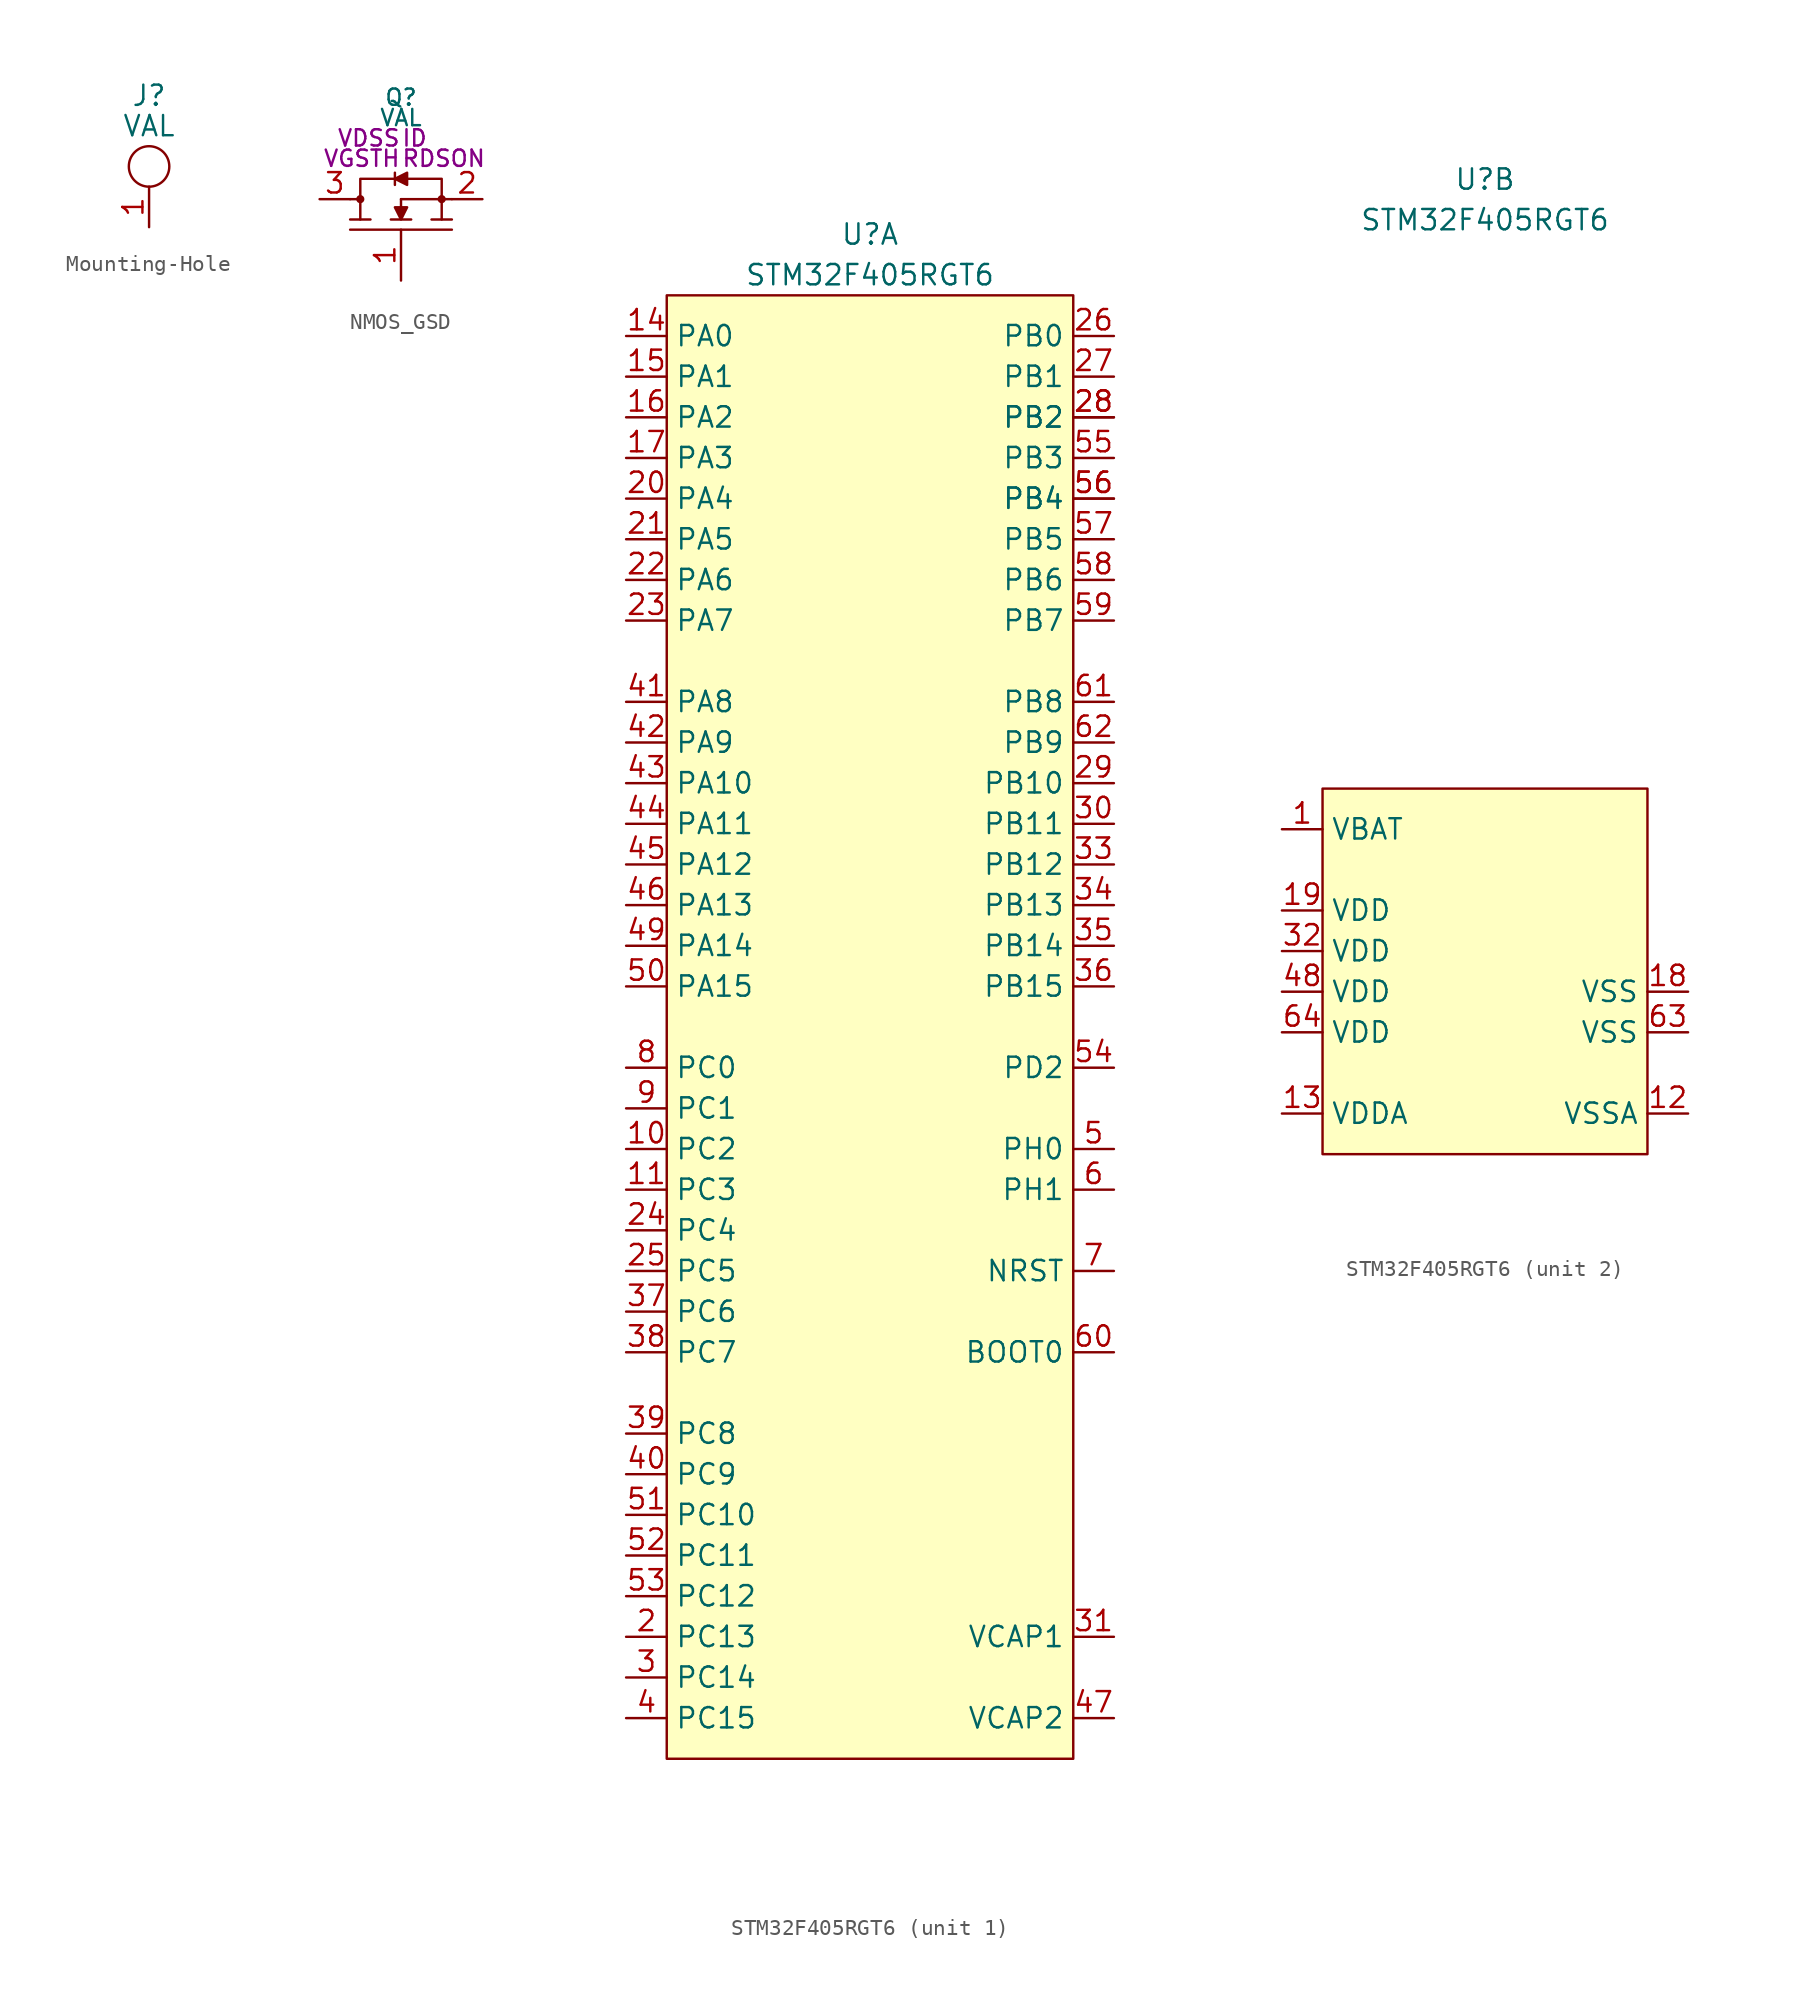
<source format=kicad_sym>
(kicad_symbol_lib
  (version 20241209)
  (generator "kicad_symbol_editor")
  (generator_version "9.0")
  (symbol "Mounting-Hole"
    (property "Reference" "J"
      (at 0 4.445 0)
      (effects (font (size 1.27 1.27))))
    (property "Value" "VAL"
      (at 0 2.54 0)
      (effects (font (size 1.27 1.27))))
    (symbol "Mounting-Hole_0_1"
      (circle (center 0 0) (radius 1.27) (stroke (width 0) (type default)) (fill (type none))))
    (symbol "Mounting-Hole_1_1"
      (pin passive line (at 0 -3.81 90) (length 2.54) (name "" (effects (font (size 1.27 1.27)))) (number "1" (effects (font (size 1.27 1.27)))))))
  (symbol "NMOS_GSD"
    (pin_names
      (hide yes))
    (property "Reference" "Q"
      (at 0 6.35 0)
      (do_not_autoplace)
      (effects (font (size 1.016 1.016))))
    (property "Value" "VAL"
      (at 0 5.08 0)
      (do_not_autoplace)
      (effects (font (size 1.016 1.016))))
    (property "VDSS" "VDSS"
      (at 0 3.81 0)
      (do_not_autoplace)
      (effects (font (size 1.016 1.016)) (justify right)))
    (property "VGSTH" "VGSTH"
      (at 0 2.54 0)
      (do_not_autoplace)
      (effects (font (size 1.016 1.016)) (justify right)))
    (property "ID" "ID"
      (at 0 3.81 0)
      (do_not_autoplace)
      (effects (font (size 1.016 1.016)) (justify left)))
    (property "RDSON" "RDSON"
      (at 0 2.54 0)
      (do_not_autoplace)
      (effects (font (size 1.016 1.016)) (justify left)))
    (symbol "NMOS_GSD_0_1"
      (polyline (pts (xy -3.175 -1.27) (xy -1.905 -1.27)) (stroke (width 0) (type default)) (fill (type none)))
      (polyline (pts (xy -2.54 -1.27) (xy -2.54 0) (xy -3.175 0)) (stroke (width 0) (type default)) (fill (type none)))
      (polyline (pts (xy -0.635 -1.27) (xy 0.635 -1.27)) (stroke (width 0) (type default)) (fill (type none)))
      (polyline (pts (xy 0 0) (xy 0 -0.508)) (stroke (width 0) (type default)) (fill (type none)))
      (polyline (pts (xy 1.905 -1.27) (xy 3.175 -1.27)) (stroke (width 0) (type default)) (fill (type none)))
      (polyline (pts (xy 2.54 -1.27) (xy 2.54 0) (xy 3.175 0)) (stroke (width 0) (type default)) (fill (type none))))
    (symbol "NMOS_GSD_1_0"
      (pin passive line (at -5.08 0 0) (length 1.905) (name "" (effects (font (size 1.27 1.27)))) (number "3" (effects (font (size 1.27 1.27)))))
      (pin passive line (at 0 -5.08 90) (length 3.175) (name "" (effects (font (size 1.27 1.27)))) (number "1" (effects (font (size 1.27 1.27)))))
      (pin passive line (at 5.08 0 180) (length 1.905) (name "" (effects (font (size 1.27 1.27)))) (number "2" (effects (font (size 1.27 1.27))))))
    (symbol "NMOS_GSD_1_1"
      (polyline (pts (xy -3.175 -1.905) (xy 3.175 -1.905)) (stroke (width 0) (type default)) (fill (type none)))
      (circle (center -2.54 0) (radius 0.18) (stroke (width 0) (type default)) (fill (type outline)))
      (polyline (pts (xy -2.54 0) (xy -2.54 1.27) (xy -0.381 1.27)) (stroke (width 0) (type default)) (fill (type none)))
      (polyline (pts (xy -0.381 1.651) (xy -0.381 0.889)) (stroke (width 0) (type default)) (fill (type none)))
      (polyline (pts (xy -0.381 1.27) (xy 0.381 0.889) (xy 0.381 1.651) (xy -0.381 1.27)) (stroke (width 0) (type default)) (fill (type outline)))
      (polyline (pts (xy 0 0) (xy 2.54 0)) (stroke (width 0) (type default)) (fill (type none)))
      (polyline (pts (xy 0 -1.27) (xy 0.381 -0.508) (xy -0.381 -0.508) (xy 0 -1.27)) (stroke (width 0) (type default)) (fill (type outline)))
      (polyline (pts (xy 0.381 1.27) (xy 2.54 1.27) (xy 2.54 0)) (stroke (width 0) (type default)) (fill (type none)))
      (circle (center 2.54 0) (radius 0.18) (stroke (width 0) (type default)) (fill (type outline)))))
  (symbol "STM32F405RGT6"
    (property "Reference" "U"
      (at 0 49.53 0)
      (do_not_autoplace)
      (effects (font (size 1.27 1.27))))
    (property "Value" "STM32F405RGT6"
      (at 0 46.99 0)
      (do_not_autoplace)
      (effects (font (size 1.27 1.27))))
    (property "ki_locked" ""
      (at 0 0 0)
      (effects (font (size 1.27 1.27))))
    (symbol "STM32F405RGT6_1_0"
      (pin bidirectional line (at -15.24 43.18 0) (length 2.54) (name "PA0" (effects (font (size 1.27 1.27)))) (number "14" (effects (font (size 1.27 1.27)))) (alternate "WKUP" input line))
      (pin bidirectional line (at -15.24 40.64 0) (length 2.54) (name "PA1" (effects (font (size 1.27 1.27)))) (number "15" (effects (font (size 1.27 1.27)))))
      (pin bidirectional line (at -15.24 38.1 0) (length 2.54) (name "PA2" (effects (font (size 1.27 1.27)))) (number "16" (effects (font (size 1.27 1.27)))))
      (pin bidirectional line (at -15.24 35.56 0) (length 2.54) (name "PA3" (effects (font (size 1.27 1.27)))) (number "17" (effects (font (size 1.27 1.27)))))
      (pin bidirectional line (at -15.24 33.02 0) (length 2.54) (name "PA4" (effects (font (size 1.27 1.27)))) (number "20" (effects (font (size 1.27 1.27)))))
      (pin bidirectional line (at -15.24 30.48 0) (length 2.54) (name "PA5" (effects (font (size 1.27 1.27)))) (number "21" (effects (font (size 1.27 1.27)))))
      (pin bidirectional line (at -15.24 27.94 0) (length 2.54) (name "PA6" (effects (font (size 1.27 1.27)))) (number "22" (effects (font (size 1.27 1.27)))))
      (pin bidirectional line (at -15.24 25.4 0) (length 2.54) (name "PA7" (effects (font (size 1.27 1.27)))) (number "23" (effects (font (size 1.27 1.27)))))
      (pin bidirectional line (at -15.24 20.32 0) (length 2.54) (name "PA8" (effects (font (size 1.27 1.27)))) (number "41" (effects (font (size 1.27 1.27)))))
      (pin bidirectional line (at -15.24 17.78 0) (length 2.54) (name "PA9" (effects (font (size 1.27 1.27)))) (number "42" (effects (font (size 1.27 1.27)))))
      (pin bidirectional line (at -15.24 15.24 0) (length 2.54) (name "PA10" (effects (font (size 1.27 1.27)))) (number "43" (effects (font (size 1.27 1.27)))))
      (pin bidirectional line (at -15.24 12.7 0) (length 2.54) (name "PA11" (effects (font (size 1.27 1.27)))) (number "44" (effects (font (size 1.27 1.27)))))
      (pin bidirectional line (at -15.24 10.16 0) (length 2.54) (name "PA12" (effects (font (size 1.27 1.27)))) (number "45" (effects (font (size 1.27 1.27)))))
      (pin bidirectional line (at -15.24 7.62 0) (length 2.54) (name "PA13" (effects (font (size 1.27 1.27)))) (number "46" (effects (font (size 1.27 1.27)))) (alternate "JTMS-SWDIO" bidirectional line))
      (pin bidirectional line (at -15.24 5.08 0) (length 2.54) (name "PA14" (effects (font (size 1.27 1.27)))) (number "49" (effects (font (size 1.27 1.27)))) (alternate "JTCK" input clock) (alternate "SWCLK" input clock))
      (pin bidirectional line (at -15.24 2.54 0) (length 2.54) (name "PA15" (effects (font (size 1.27 1.27)))) (number "50" (effects (font (size 1.27 1.27)))) (alternate "JTDI" input line))
      (pin bidirectional line (at -15.24 -2.54 0) (length 2.54) (name "PC0" (effects (font (size 1.27 1.27)))) (number "8" (effects (font (size 1.27 1.27)))))
      (pin bidirectional line (at -15.24 -5.08 0) (length 2.54) (name "PC1" (effects (font (size 1.27 1.27)))) (number "9" (effects (font (size 1.27 1.27)))))
      (pin bidirectional line (at -15.24 -7.62 0) (length 2.54) (name "PC2" (effects (font (size 1.27 1.27)))) (number "10" (effects (font (size 1.27 1.27)))))
      (pin bidirectional line (at -15.24 -10.16 0) (length 2.54) (name "PC3" (effects (font (size 1.27 1.27)))) (number "11" (effects (font (size 1.27 1.27)))))
      (pin bidirectional line (at -15.24 -12.7 0) (length 2.54) (name "PC4" (effects (font (size 1.27 1.27)))) (number "24" (effects (font (size 1.27 1.27)))))
      (pin bidirectional line (at -15.24 -15.24 0) (length 2.54) (name "PC5" (effects (font (size 1.27 1.27)))) (number "25" (effects (font (size 1.27 1.27)))))
      (pin bidirectional line (at -15.24 -17.78 0) (length 2.54) (name "PC6" (effects (font (size 1.27 1.27)))) (number "37" (effects (font (size 1.27 1.27)))))
      (pin bidirectional line (at -15.24 -20.32 0) (length 2.54) (name "PC7" (effects (font (size 1.27 1.27)))) (number "38" (effects (font (size 1.27 1.27)))))
      (pin bidirectional line (at -15.24 -25.4 0) (length 2.54) (name "PC8" (effects (font (size 1.27 1.27)))) (number "39" (effects (font (size 1.27 1.27)))))
      (pin bidirectional line (at -15.24 -27.94 0) (length 2.54) (name "PC9" (effects (font (size 1.27 1.27)))) (number "40" (effects (font (size 1.27 1.27)))))
      (pin bidirectional line (at -15.24 -30.48 0) (length 2.54) (name "PC10" (effects (font (size 1.27 1.27)))) (number "51" (effects (font (size 1.27 1.27)))))
      (pin bidirectional line (at -15.24 -33.02 0) (length 2.54) (name "PC11" (effects (font (size 1.27 1.27)))) (number "52" (effects (font (size 1.27 1.27)))))
      (pin bidirectional line (at -15.24 -35.56 0) (length 2.54) (name "PC12" (effects (font (size 1.27 1.27)))) (number "53" (effects (font (size 1.27 1.27)))))
      (pin bidirectional line (at -15.24 -38.1 0) (length 2.54) (name "PC13" (effects (font (size 1.27 1.27)))) (number "2" (effects (font (size 1.27 1.27)))))
      (pin bidirectional line (at -15.24 -40.64 0) (length 2.54) (name "PC14" (effects (font (size 1.27 1.27)))) (number "3" (effects (font (size 1.27 1.27)))) (alternate "OSC32_IN" input clock))
      (pin bidirectional line (at -15.24 -43.18 0) (length 2.54) (name "PC15" (effects (font (size 1.27 1.27)))) (number "4" (effects (font (size 1.27 1.27)))) (alternate "OSC32_OUT" output clock))
      (pin bidirectional line (at 15.24 43.18 180) (length 2.54) (name "PB0" (effects (font (size 1.27 1.27)))) (number "26" (effects (font (size 1.27 1.27)))))
      (pin bidirectional line (at 15.24 40.64 180) (length 2.54) (name "PB1" (effects (font (size 1.27 1.27)))) (number "27" (effects (font (size 1.27 1.27)))))
      (pin bidirectional line (at 15.24 38.1 180) (length 2.54) (name "PB2" (effects (font (size 1.27 1.27)))) (number "28" (effects (font (size 1.27 1.27)))) (alternate "BOOT1" input line))
      (pin bidirectional line (at 15.24 38.1 180) (length 2.54) (name "PB2" (effects (font (size 1.27 1.27)))) (number "28" (effects (font (size 1.27 1.27)))) (alternate "BOOT1" input line))
      (pin bidirectional line (at 15.24 35.56 180) (length 2.54) (name "PB3" (effects (font (size 1.27 1.27)))) (number "55" (effects (font (size 1.27 1.27)))) (alternate "JTDO" output line) (alternate "TRACESWO" output line))
      (pin bidirectional line (at 15.24 33.02 180) (length 2.54) (name "PB4" (effects (font (size 1.27 1.27)))) (number "56" (effects (font (size 1.27 1.27)))) (alternate "NJTRST" input line))
      (pin bidirectional line (at 15.24 33.02 180) (length 2.54) (name "PB4" (effects (font (size 1.27 1.27)))) (number "56" (effects (font (size 1.27 1.27)))) (alternate "NJTRST" input line))
      (pin bidirectional line (at 15.24 30.48 180) (length 2.54) (name "PB5" (effects (font (size 1.27 1.27)))) (number "57" (effects (font (size 1.27 1.27)))))
      (pin bidirectional line (at 15.24 27.94 180) (length 2.54) (name "PB6" (effects (font (size 1.27 1.27)))) (number "58" (effects (font (size 1.27 1.27)))))
      (pin bidirectional line (at 15.24 25.4 180) (length 2.54) (name "PB7" (effects (font (size 1.27 1.27)))) (number "59" (effects (font (size 1.27 1.27)))))
      (pin bidirectional line (at 15.24 20.32 180) (length 2.54) (name "PB8" (effects (font (size 1.27 1.27)))) (number "61" (effects (font (size 1.27 1.27)))))
      (pin bidirectional line (at 15.24 17.78 180) (length 2.54) (name "PB9" (effects (font (size 1.27 1.27)))) (number "62" (effects (font (size 1.27 1.27)))))
      (pin bidirectional line (at 15.24 15.24 180) (length 2.54) (name "PB10" (effects (font (size 1.27 1.27)))) (number "29" (effects (font (size 1.27 1.27)))))
      (pin bidirectional line (at 15.24 12.7 180) (length 2.54) (name "PB11" (effects (font (size 1.27 1.27)))) (number "30" (effects (font (size 1.27 1.27)))))
      (pin bidirectional line (at 15.24 10.16 180) (length 2.54) (name "PB12" (effects (font (size 1.27 1.27)))) (number "33" (effects (font (size 1.27 1.27)))))
      (pin bidirectional line (at 15.24 7.62 180) (length 2.54) (name "PB13" (effects (font (size 1.27 1.27)))) (number "34" (effects (font (size 1.27 1.27)))))
      (pin bidirectional line (at 15.24 5.08 180) (length 2.54) (name "PB14" (effects (font (size 1.27 1.27)))) (number "35" (effects (font (size 1.27 1.27)))))
      (pin bidirectional line (at 15.24 2.54 180) (length 2.54) (name "PB15" (effects (font (size 1.27 1.27)))) (number "36" (effects (font (size 1.27 1.27)))))
      (pin bidirectional line (at 15.24 -2.54 180) (length 2.54) (name "PD2" (effects (font (size 1.27 1.27)))) (number "54" (effects (font (size 1.27 1.27)))))
      (pin bidirectional line (at 15.24 -7.62 180) (length 2.54) (name "PH0" (effects (font (size 1.27 1.27)))) (number "5" (effects (font (size 1.27 1.27)))) (alternate "OSC_IN" input clock))
      (pin bidirectional line (at 15.24 -10.16 180) (length 2.54) (name "PH1" (effects (font (size 1.27 1.27)))) (number "6" (effects (font (size 1.27 1.27)))) (alternate "OSC_OUT" output clock))
      (pin input line (at 15.24 -15.24 180) (length 2.54) (name "NRST" (effects (font (size 1.27 1.27)))) (number "7" (effects (font (size 1.27 1.27)))))
      (pin input line (at 15.24 -20.32 180) (length 2.54) (name "BOOT0" (effects (font (size 1.27 1.27)))) (number "60" (effects (font (size 1.27 1.27)))))
      (pin power_in line (at 15.24 -38.1 180) (length 2.54) (name "VCAP1" (effects (font (size 1.27 1.27)))) (number "31" (effects (font (size 1.27 1.27)))))
      (pin power_in line (at 15.24 -43.18 180) (length 2.54) (name "VCAP2" (effects (font (size 1.27 1.27)))) (number "47" (effects (font (size 1.27 1.27))))))
    (symbol "STM32F405RGT6_1_1"
      (rectangle (start -12.7 45.72) (end 12.7 -45.72) (stroke (width 0) (type solid)) (fill (type background))))
    (symbol "STM32F405RGT6_2_0"
      (pin power_in line (at -12.7 8.89 0) (length 2.54) (name "VBAT" (effects (font (size 1.27 1.27)))) (number "1" (effects (font (size 1.27 1.27)))))
      (pin power_in line (at -12.7 3.81 0) (length 2.54) (name "VDD" (effects (font (size 1.27 1.27)))) (number "19" (effects (font (size 1.27 1.27)))))
      (pin power_in line (at -12.7 1.27 0) (length 2.54) (name "VDD" (effects (font (size 1.27 1.27)))) (number "32" (effects (font (size 1.27 1.27)))))
      (pin power_in line (at -12.7 -1.27 0) (length 2.54) (name "VDD" (effects (font (size 1.27 1.27)))) (number "48" (effects (font (size 1.27 1.27)))))
      (pin power_in line (at -12.7 -3.81 0) (length 2.54) (name "VDD" (effects (font (size 1.27 1.27)))) (number "64" (effects (font (size 1.27 1.27)))))
      (pin power_in line (at -12.7 -8.89 0) (length 2.54) (name "VDDA" (effects (font (size 1.27 1.27)))) (number "13" (effects (font (size 1.27 1.27)))))
      (pin power_in line (at 12.7 -1.27 180) (length 2.54) (name "VSS" (effects (font (size 1.27 1.27)))) (number "18" (effects (font (size 1.27 1.27)))))
      (pin power_in line (at 12.7 -3.81 180) (length 2.54) (name "VSS" (effects (font (size 1.27 1.27)))) (number "63" (effects (font (size 1.27 1.27)))))
      (pin power_in line (at 12.7 -8.89 180) (length 2.54) (name "VSSA" (effects (font (size 1.27 1.27)))) (number "12" (effects (font (size 1.27 1.27))))))
    (symbol "STM32F405RGT6_2_1"
      (rectangle (start -10.16 11.43) (end 10.16 -11.43) (stroke (width 0) (type solid)) (fill (type background))))))
</source>
